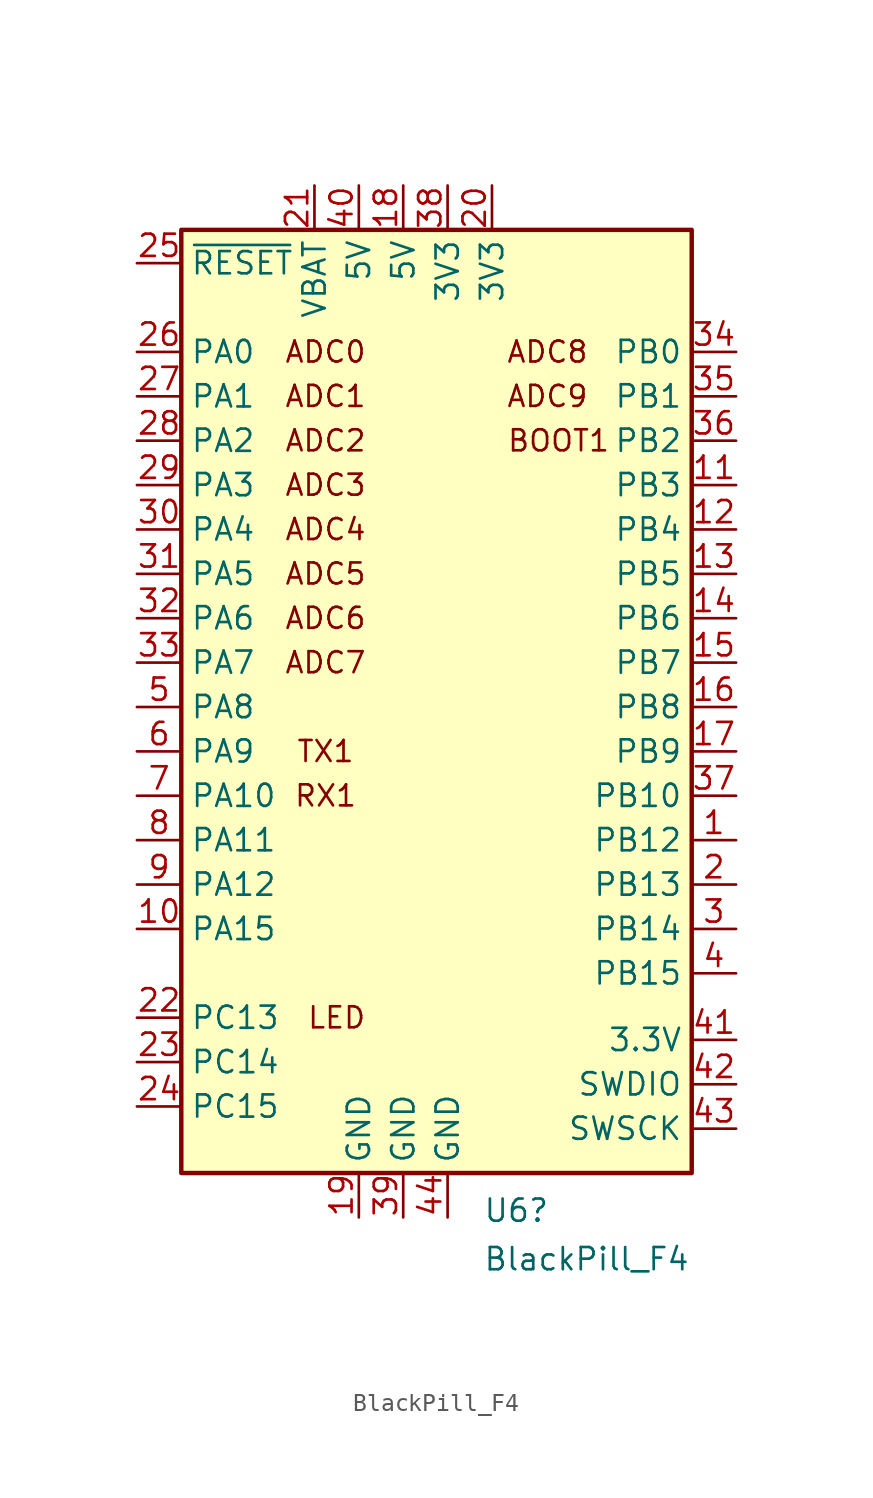
<source format=kicad_sym>
(kicad_symbol_lib
  (version 20211014)
  (generator kicad_symbol_editor)
  (symbol "BlackPill_F4"
    (property "Reference" "U6"
      (at 4.559 -27.549 0)
      (effects (font (size 1.27 1.27)) (justify left)))
    (property "Value" "BlackPill_F4"
      (at 4.559 -30.325 0)
      (effects (font (size 1.27 1.27)) (justify left)))
    (symbol "BlackPill_F4_0_0"
      (text "ADC0" (at -4.445 21.59 0) (effects (font (size 1.2 1.2))))
      (text "ADC1" (at -4.445 19.05 0) (effects (font (size 1.2 1.2))))
      (text "ADC2" (at -4.445 16.51 0) (effects (font (size 1.2 1.2))))
      (text "ADC3" (at -4.445 13.97 0) (effects (font (size 1.2 1.2))))
      (text "ADC4" (at -4.445 11.43 0) (effects (font (size 1.2 1.2))))
      (text "ADC5" (at -4.445 8.89 0) (effects (font (size 1.2 1.2))))
      (text "ADC6" (at -4.445 6.35 0) (effects (font (size 1.2 1.2))))
      (text "ADC7" (at -4.445 3.81 0) (effects (font (size 1.2 1.2))))
      (text "ADC8" (at 8.255 21.59 0) (effects (font (size 1.2 1.2))))
      (text "ADC9" (at 8.255 19.05 0) (effects (font (size 1.2 1.2))))
      (text "BOOT1" (at 8.89 16.51 0) (effects (font (size 1.2 1.2))))
      (text "LED" (at -3.81 -16.51 0) (effects (font (size 1.2 1.2))))
      (text "RX1" (at -4.445 -3.81 0) (effects (font (size 1.2 1.2))))
      (text "TX1" (at -4.445 -1.27 0) (effects (font (size 1.2 1.2)))))
    (symbol "BlackPill_F4_0_1"
      (rectangle (start -12.7 28.575) (end 16.51 -25.4) (stroke (width 0.254) (type default) (color 0 0 0 0)) (fill (type background))))
    (symbol "BlackPill_F4_1_1"
      (pin bidirectional line (at 19.05 -6.35 180) (length 2.54) (name "PB12" (effects (font (size 1.27 1.27)))) (number "1" (effects (font (size 1.27 1.27)))))
      (pin bidirectional line (at -15.24 -11.43 0) (length 2.54) (name "PA15" (effects (font (size 1.27 1.27)))) (number "10" (effects (font (size 1.27 1.27)))))
      (pin bidirectional line (at 19.05 13.97 180) (length 2.54) (name "PB3" (effects (font (size 1.27 1.27)))) (number "11" (effects (font (size 1.27 1.27)))))
      (pin bidirectional line (at 19.05 11.43 180) (length 2.54) (name "PB4" (effects (font (size 1.27 1.27)))) (number "12" (effects (font (size 1.27 1.27)))))
      (pin bidirectional line (at 19.05 8.89 180) (length 2.54) (name "PB5" (effects (font (size 1.27 1.27)))) (number "13" (effects (font (size 1.27 1.27)))))
      (pin bidirectional line (at 19.05 6.35 180) (length 2.54) (name "PB6" (effects (font (size 1.27 1.27)))) (number "14" (effects (font (size 1.27 1.27)))))
      (pin bidirectional line (at 19.05 3.81 180) (length 2.54) (name "PB7" (effects (font (size 1.27 1.27)))) (number "15" (effects (font (size 1.27 1.27)))))
      (pin bidirectional line (at 19.05 1.27 180) (length 2.54) (name "PB8" (effects (font (size 1.27 1.27)))) (number "16" (effects (font (size 1.27 1.27)))))
      (pin bidirectional line (at 19.05 -1.27 180) (length 2.54) (name "PB9" (effects (font (size 1.27 1.27)))) (number "17" (effects (font (size 1.27 1.27)))))
      (pin power_in line (at 0 31.115 270) (length 2.54) (name "5V" (effects (font (size 1.27 1.27)))) (number "18" (effects (font (size 1.27 1.27)))))
      (pin power_in line (at -2.54 -27.94 90) (length 2.54) (name "GND" (effects (font (size 1.27 1.27)))) (number "19" (effects (font (size 1.27 1.27)))))
      (pin bidirectional line (at 19.05 -8.89 180) (length 2.54) (name "PB13" (effects (font (size 1.27 1.27)))) (number "2" (effects (font (size 1.27 1.27)))))
      (pin power_out line (at 5.08 31.115 270) (length 2.54) (name "3V3" (effects (font (size 1.27 1.27)))) (number "20" (effects (font (size 1.27 1.27)))))
      (pin power_in line (at -5.08 31.115 270) (length 2.54) (name "VBAT" (effects (font (size 1.27 1.27)))) (number "21" (effects (font (size 1.27 1.27)))))
      (pin bidirectional line (at -15.24 -16.51 0) (length 2.54) (name "PC13" (effects (font (size 1.27 1.27)))) (number "22" (effects (font (size 1.27 1.27)))))
      (pin bidirectional line (at -15.24 -19.05 0) (length 2.54) (name "PC14" (effects (font (size 1.27 1.27)))) (number "23" (effects (font (size 1.27 1.27)))))
      (pin bidirectional line (at -15.24 -21.59 0) (length 2.54) (name "PC15" (effects (font (size 1.27 1.27)))) (number "24" (effects (font (size 1.27 1.27)))))
      (pin input line (at -15.24 26.67 0) (length 2.54) (name "~{RESET}" (effects (font (size 1.27 1.27)))) (number "25" (effects (font (size 1.27 1.27)))))
      (pin bidirectional line (at -15.24 21.59 0) (length 2.54) (name "PA0" (effects (font (size 1.27 1.27)))) (number "26" (effects (font (size 1.27 1.27)))))
      (pin bidirectional line (at -15.24 19.05 0) (length 2.54) (name "PA1" (effects (font (size 1.27 1.27)))) (number "27" (effects (font (size 1.27 1.27)))))
      (pin bidirectional line (at -15.24 16.51 0) (length 2.54) (name "PA2" (effects (font (size 1.27 1.27)))) (number "28" (effects (font (size 1.27 1.27)))))
      (pin bidirectional line (at -15.24 13.97 0) (length 2.54) (name "PA3" (effects (font (size 1.27 1.27)))) (number "29" (effects (font (size 1.27 1.27)))))
      (pin bidirectional line (at 19.05 -11.43 180) (length 2.54) (name "PB14" (effects (font (size 1.27 1.27)))) (number "3" (effects (font (size 1.27 1.27)))))
      (pin bidirectional line (at -15.24 11.43 0) (length 2.54) (name "PA4" (effects (font (size 1.27 1.27)))) (number "30" (effects (font (size 1.27 1.27)))))
      (pin bidirectional line (at -15.24 8.89 0) (length 2.54) (name "PA5" (effects (font (size 1.27 1.27)))) (number "31" (effects (font (size 1.27 1.27)))))
      (pin bidirectional line (at -15.24 6.35 0) (length 2.54) (name "PA6" (effects (font (size 1.27 1.27)))) (number "32" (effects (font (size 1.27 1.27)))))
      (pin bidirectional line (at -15.24 3.81 0) (length 2.54) (name "PA7" (effects (font (size 1.27 1.27)))) (number "33" (effects (font (size 1.27 1.27)))))
      (pin bidirectional line (at 19.05 21.59 180) (length 2.54) (name "PB0" (effects (font (size 1.27 1.27)))) (number "34" (effects (font (size 1.27 1.27)))))
      (pin bidirectional line (at 19.05 19.05 180) (length 2.54) (name "PB1" (effects (font (size 1.27 1.27)))) (number "35" (effects (font (size 1.27 1.27)))))
      (pin bidirectional line (at 19.05 16.51 180) (length 2.54) (name "PB2" (effects (font (size 1.27 1.27)))) (number "36" (effects (font (size 1.27 1.27)))))
      (pin bidirectional line (at 19.05 -3.81 180) (length 2.54) (name "PB10" (effects (font (size 1.27 1.27)))) (number "37" (effects (font (size 1.27 1.27)))))
      (pin power_out line (at 2.54 31.115 270) (length 2.54) (name "3V3" (effects (font (size 1.27 1.27)))) (number "38" (effects (font (size 1.27 1.27)))))
      (pin power_in line (at 0 -27.94 90) (length 2.54) (name "GND" (effects (font (size 1.27 1.27)))) (number "39" (effects (font (size 1.27 1.27)))))
      (pin bidirectional line (at 19.05 -13.97 180) (length 2.54) (name "PB15" (effects (font (size 1.27 1.27)))) (number "4" (effects (font (size 1.27 1.27)))))
      (pin passive line (at -2.54 31.115 270) (length 2.54) (name "5V" (effects (font (size 1.27 1.27)))) (number "40" (effects (font (size 1.27 1.27)))))
      (pin power_out line (at 19.05 -17.78 180) (length 2.54) (name "3.3V" (effects (font (size 1.27 1.27)))) (number "41" (effects (font (size 1.27 1.27)))))
      (pin bidirectional line (at 19.05 -20.32 180) (length 2.54) (name "SWDIO" (effects (font (size 1.27 1.27)))) (number "42" (effects (font (size 1.27 1.27)))))
      (pin bidirectional line (at 19.05 -22.86 180) (length 2.54) (name "SWSCK" (effects (font (size 1.27 1.27)))) (number "43" (effects (font (size 1.27 1.27)))))
      (pin power_in line (at 2.54 -27.94 90) (length 2.54) (name "GND" (effects (font (size 1.27 1.27)))) (number "44" (effects (font (size 1.27 1.27)))))
      (pin bidirectional line (at -15.24 1.27 0) (length 2.54) (name "PA8" (effects (font (size 1.27 1.27)))) (number "5" (effects (font (size 1.27 1.27)))))
      (pin bidirectional line (at -15.24 -1.27 0) (length 2.54) (name "PA9" (effects (font (size 1.27 1.27)))) (number "6" (effects (font (size 1.27 1.27)))))
      (pin bidirectional line (at -15.24 -3.81 0) (length 2.54) (name "PA10" (effects (font (size 1.27 1.27)))) (number "7" (effects (font (size 1.27 1.27)))))
      (pin bidirectional line (at -15.24 -6.35 0) (length 2.54) (name "PA11" (effects (font (size 1.27 1.27)))) (number "8" (effects (font (size 1.27 1.27)))))
      (pin bidirectional line (at -15.24 -8.89 0) (length 2.54) (name "PA12" (effects (font (size 1.27 1.27)))) (number "9" (effects (font (size 1.27 1.27))))))))
</source>
